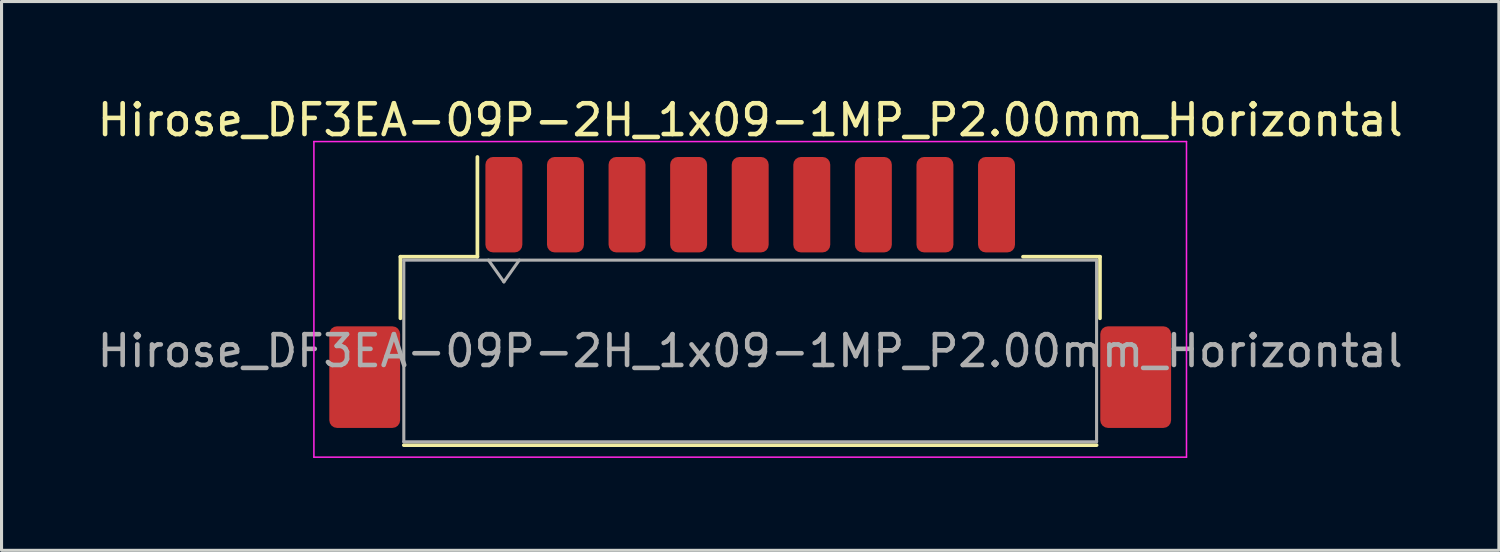
<source format=kicad_pcb>
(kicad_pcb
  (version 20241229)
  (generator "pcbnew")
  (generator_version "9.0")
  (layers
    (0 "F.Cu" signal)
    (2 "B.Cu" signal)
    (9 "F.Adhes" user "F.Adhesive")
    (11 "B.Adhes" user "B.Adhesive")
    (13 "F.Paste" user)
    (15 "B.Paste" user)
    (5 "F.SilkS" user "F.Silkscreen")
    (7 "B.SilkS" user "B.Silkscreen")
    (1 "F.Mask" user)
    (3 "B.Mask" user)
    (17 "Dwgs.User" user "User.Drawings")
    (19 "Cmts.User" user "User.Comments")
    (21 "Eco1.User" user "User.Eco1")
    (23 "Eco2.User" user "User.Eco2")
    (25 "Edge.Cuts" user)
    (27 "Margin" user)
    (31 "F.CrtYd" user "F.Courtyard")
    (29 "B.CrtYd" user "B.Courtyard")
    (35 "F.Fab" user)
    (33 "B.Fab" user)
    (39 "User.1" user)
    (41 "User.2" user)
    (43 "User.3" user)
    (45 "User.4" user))
  (footprint "Hirose_DF3EA-09P-2H_1x09-1MP_P2.00mm_Horizontal"
    (layer "F.Cu")
    (at 21.315 6.448)
    (property "Reference" "Hirose_DF3EA-09P-2H_1x09-1MP_P2.00mm_Horizontal" (at 0 -5.6 0) (layer "F.SilkS") (effects (font (size 1 1) (thickness 0.15))))
    (attr smd)
    (fp_line (start -11.36 -1.16) (end -8.86 -1.16) (stroke (width 0.12) (type solid)) (layer "F.SilkS"))
    (fp_line (start -11.36 0.84) (end -11.36 -1.16) (stroke (width 0.12) (type solid)) (layer "F.SilkS"))
    (fp_line (start -11.25 4.96) (end 11.25 4.96) (stroke (width 0.12) (type solid)) (layer "F.SilkS"))
    (fp_line (start -8.86 -1.16) (end -8.86 -4.4) (stroke (width 0.12) (type solid)) (layer "F.SilkS"))
    (fp_line (start 11.36 -1.16) (end 8.86 -1.16) (stroke (width 0.12) (type solid)) (layer "F.SilkS"))
    (fp_line (start 11.36 0.84) (end 11.36 -1.16) (stroke (width 0.12) (type solid)) (layer "F.SilkS"))
    (fp_line (start -14.17 -4.9) (end -14.17 5.35) (stroke (width 0.05) (type solid)) (layer "F.CrtYd"))
    (fp_line (start -14.17 5.35) (end 14.17 5.35) (stroke (width 0.05) (type solid)) (layer "F.CrtYd"))
    (fp_line (start 14.17 -4.9) (end -14.17 -4.9) (stroke (width 0.05) (type solid)) (layer "F.CrtYd"))
    (fp_line (start 14.17 5.35) (end 14.17 -4.9) (stroke (width 0.05) (type solid)) (layer "F.CrtYd"))
    (fp_line (start -11.25 -1.05) (end -11.25 4.85) (stroke (width 0.1) (type solid)) (layer "F.Fab"))
    (fp_line (start -11.25 -1.05) (end 11.25 -1.05) (stroke (width 0.1) (type solid)) (layer "F.Fab"))
    (fp_line (start -11.25 4.85) (end 11.25 4.85) (stroke (width 0.1) (type solid)) (layer "F.Fab"))
    (fp_line (start -8.5 -1.05) (end -8 -0.343) (stroke (width 0.1) (type solid)) (layer "F.Fab"))
    (fp_line (start -8 -0.343) (end -7.5 -1.05) (stroke (width 0.1) (type solid)) (layer "F.Fab"))
    (fp_line (start 11.25 -1.05) (end 11.25 4.85) (stroke (width 0.1) (type solid)) (layer "F.Fab"))
    (fp_text user "${REFERENCE}" (at 0 1.9 0) (layer "F.Fab") (effects (font (size 1 1) (thickness 0.15))))
    (pad "1" smd roundrect (at -8 -2.85) (size 1.2 3.1) (layers "F.Cu" "F.Mask" "F.Paste") (roundrect_rratio 0.208))
    (pad "2" smd roundrect (at -6 -2.85) (size 1.2 3.1) (layers "F.Cu" "F.Mask" "F.Paste") (roundrect_rratio 0.208))
    (pad "3" smd roundrect (at -4 -2.85) (size 1.2 3.1) (layers "F.Cu" "F.Mask" "F.Paste") (roundrect_rratio 0.208))
    (pad "4" smd roundrect (at -2 -2.85) (size 1.2 3.1) (layers "F.Cu" "F.Mask" "F.Paste") (roundrect_rratio 0.208))
    (pad "5" smd roundrect (at 0 -2.85) (size 1.2 3.1) (layers "F.Cu" "F.Mask" "F.Paste") (roundrect_rratio 0.208))
    (pad "6" smd roundrect (at 2 -2.85) (size 1.2 3.1) (layers "F.Cu" "F.Mask" "F.Paste") (roundrect_rratio 0.208))
    (pad "7" smd roundrect (at 4 -2.85) (size 1.2 3.1) (layers "F.Cu" "F.Mask" "F.Paste") (roundrect_rratio 0.208))
    (pad "8" smd roundrect (at 6 -2.85) (size 1.2 3.1) (layers "F.Cu" "F.Mask" "F.Paste") (roundrect_rratio 0.208))
    (pad "9" smd roundrect (at 8 -2.85) (size 1.2 3.1) (layers "F.Cu" "F.Mask" "F.Paste") (roundrect_rratio 0.208))
    (pad "MP" smd roundrect (at -12.52 2.75) (size 2.3 3.3) (layers "F.Cu" "F.Mask" "F.Paste") (roundrect_rratio 0.109))
    (pad "MP" smd roundrect (at 12.52 2.75) (size 2.3 3.3) (layers "F.Cu" "F.Mask" "F.Paste") (roundrect_rratio 0.109)))
  (gr_rect
    (start -3 -3)
    (end 45.631 14.823)
    (stroke (width 0.1) (type default))
    (fill no)
    (layer "Edge.Cuts")))
</source>
